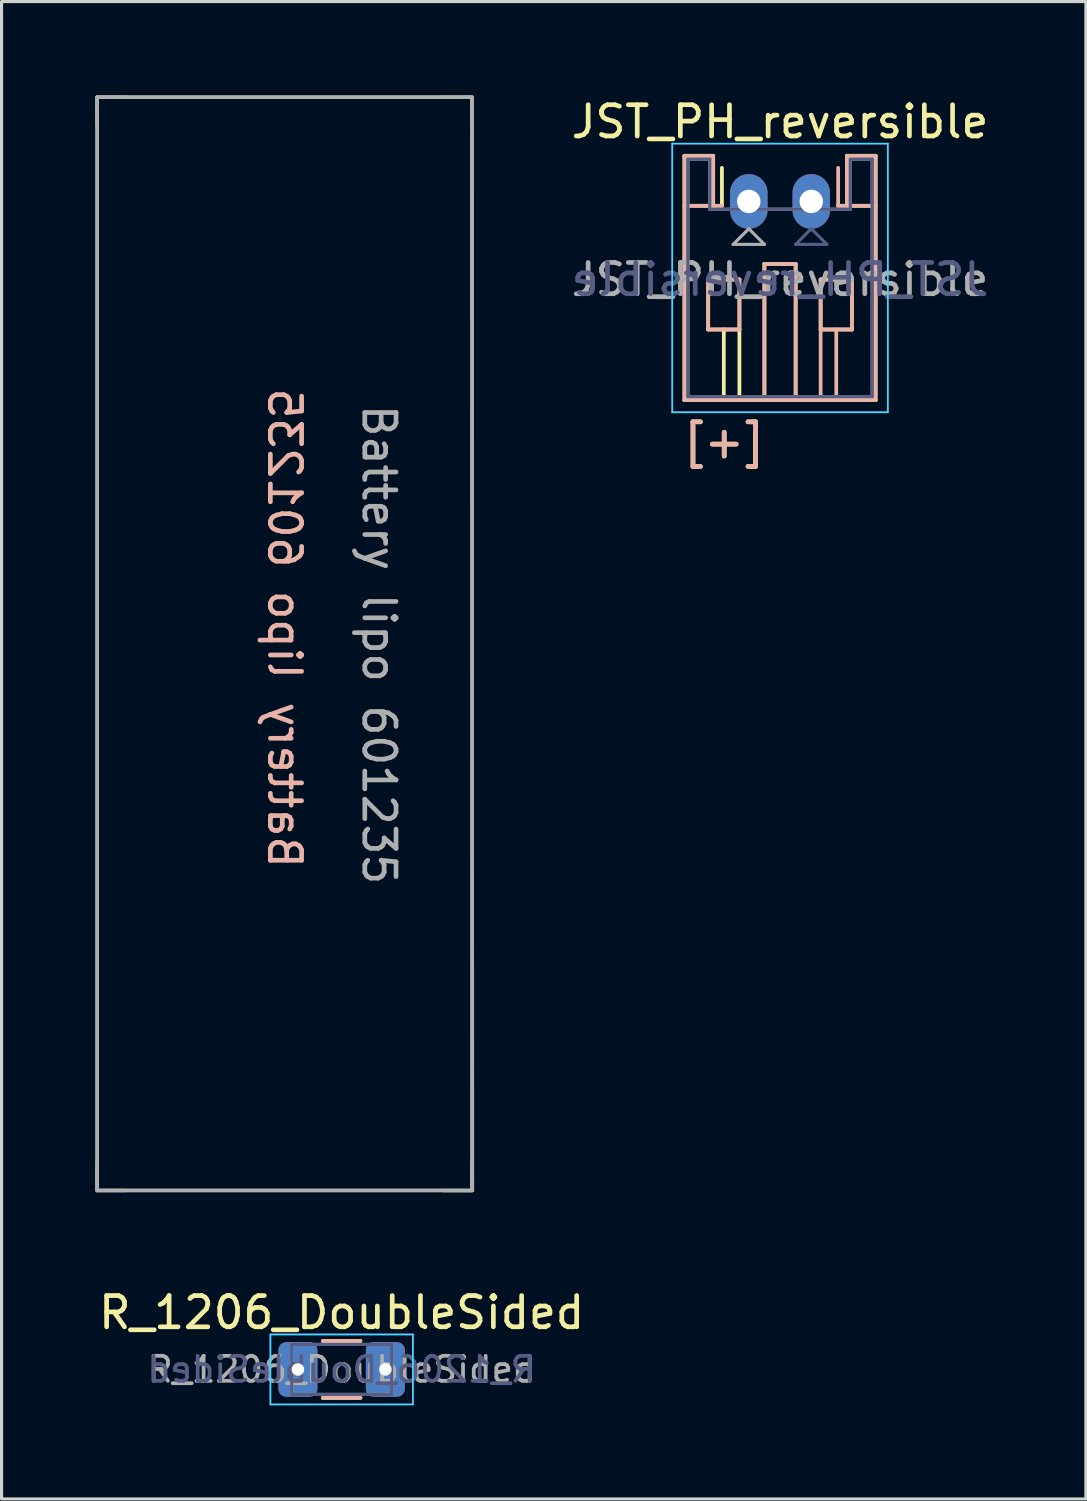
<source format=kicad_pcb>
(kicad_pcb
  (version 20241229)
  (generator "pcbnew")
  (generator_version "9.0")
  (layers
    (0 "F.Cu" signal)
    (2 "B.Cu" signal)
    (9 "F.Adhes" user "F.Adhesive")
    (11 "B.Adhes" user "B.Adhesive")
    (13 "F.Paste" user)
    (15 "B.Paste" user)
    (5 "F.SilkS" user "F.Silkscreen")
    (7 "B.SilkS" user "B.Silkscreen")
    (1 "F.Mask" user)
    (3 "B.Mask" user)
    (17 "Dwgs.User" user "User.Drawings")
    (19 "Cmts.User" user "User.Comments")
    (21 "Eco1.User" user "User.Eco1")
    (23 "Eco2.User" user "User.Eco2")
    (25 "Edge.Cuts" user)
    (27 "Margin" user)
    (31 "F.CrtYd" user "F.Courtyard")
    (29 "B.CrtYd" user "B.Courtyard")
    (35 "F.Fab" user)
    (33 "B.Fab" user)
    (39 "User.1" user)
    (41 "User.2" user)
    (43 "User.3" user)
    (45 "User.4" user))
  (footprint "R_1206_DoubleSided"
    (layer "F.Cu")
    (at 7.887 40.79)
    (property "Reference" "R_1206_DoubleSided" (at 0 -1.82 0) (layer "F.SilkS") (effects (font (size 1 1) (thickness 0.15))))
    (attr smd)
    (fp_line (start -0.602 -0.91) (end 0.602 -0.91) (stroke (width 0.12) (type solid)) (layer "F.SilkS"))
    (fp_line (start -0.602 0.91) (end 0.602 0.91) (stroke (width 0.12) (type solid)) (layer "F.SilkS"))
    (fp_line (start 0.602 -0.91) (end -0.602 -0.91) (stroke (width 0.12) (type solid)) (layer "B.SilkS"))
    (fp_line (start 0.602 0.91) (end -0.602 0.91) (stroke (width 0.12) (type solid)) (layer "B.SilkS"))
    (fp_line (start -2.28 -1.12) (end -2.28 1.12) (stroke (width 0.05) (type solid)) (layer "B.CrtYd"))
    (fp_line (start -2.28 1.12) (end 2.28 1.12) (stroke (width 0.05) (type solid)) (layer "B.CrtYd"))
    (fp_line (start 2.28 -1.12) (end -2.28 -1.12) (stroke (width 0.05) (type solid)) (layer "B.CrtYd"))
    (fp_line (start 2.28 1.12) (end 2.28 -1.12) (stroke (width 0.05) (type solid)) (layer "B.CrtYd"))
    (fp_line (start -2.28 -1.12) (end 2.28 -1.12) (stroke (width 0.05) (type solid)) (layer "F.CrtYd"))
    (fp_line (start -2.28 1.12) (end -2.28 -1.12) (stroke (width 0.05) (type solid)) (layer "F.CrtYd"))
    (fp_line (start 2.28 -1.12) (end 2.28 1.12) (stroke (width 0.05) (type solid)) (layer "F.CrtYd"))
    (fp_line (start 2.28 1.12) (end -2.28 1.12) (stroke (width 0.05) (type solid)) (layer "F.CrtYd"))
    (fp_line (start -1.6 -0.8) (end -1.6 0.8) (stroke (width 0.1) (type solid)) (layer "B.Fab"))
    (fp_line (start -1.6 0.8) (end 1.6 0.8) (stroke (width 0.1) (type solid)) (layer "B.Fab"))
    (fp_line (start 1.6 -0.8) (end -1.6 -0.8) (stroke (width 0.1) (type solid)) (layer "B.Fab"))
    (fp_line (start 1.6 0.8) (end 1.6 -0.8) (stroke (width 0.1) (type solid)) (layer "B.Fab"))
    (fp_line (start -1.6 -0.8) (end 1.6 -0.8) (stroke (width 0.1) (type solid)) (layer "F.Fab"))
    (fp_line (start -1.6 0.8) (end -1.6 -0.8) (stroke (width 0.1) (type solid)) (layer "F.Fab"))
    (fp_line (start 1.6 -0.8) (end 1.6 0.8) (stroke (width 0.1) (type solid)) (layer "F.Fab"))
    (fp_line (start 1.6 0.8) (end -1.6 0.8) (stroke (width 0.1) (type solid)) (layer "F.Fab"))
    (fp_text user "${REFERENCE}" (at 0 0 0) (layer "B.Fab") (effects (font (size 0.8 0.8) (thickness 0.12)) (justify mirror)))
    (fp_text user "${REFERENCE}" (at 0 0 0) (layer "F.Fab") (effects (font (size 0.8 0.8) (thickness 0.12))))
    (pad "1" thru_hole roundrect (at -1.4 0) (size 1.25 1.75) (drill 0.4) (layers "*.Cu" "*.Mask") (roundrect_rratio 0.2))
    (pad "2" thru_hole roundrect (at 1.4 0) (size 1.25 1.75) (drill 0.4) (layers "*.Cu" "*.Mask") (roundrect_rratio 0.2)))
  (footprint "Battery lipo 601235"
    (layer "F.Cu")
    (at 6.06 17.56)
    (property "Reference" "Battery lipo 601235" (at 0 -0.5 270) (unlocked yes) (layer "B.SilkS") (effects (font (size 1 1) (thickness 0.15)) (justify mirror)))
    (attr smd)
    (fp_line (start -6 -17.506) (end -6 -16.586) (stroke (width 0.1) (type solid)) (layer "F.SilkS"))
    (fp_line (start -6 -17.5) (end -5.08 -17.5) (stroke (width 0.1) (type solid)) (layer "F.SilkS"))
    (fp_line (start -6 17.5) (end -5.08 17.5) (stroke (width 0.1) (type solid)) (layer "F.SilkS"))
    (fp_line (start -5.994 17.5) (end -5.994 16.58) (stroke (width 0.1) (type solid)) (layer "F.SilkS"))
    (fp_line (start 5.994 -17.5) (end 5.994 -16.58) (stroke (width 0.1) (type solid)) (layer "F.SilkS"))
    (fp_line (start 6 -17.5) (end 5.08 -17.5) (stroke (width 0.1) (type solid)) (layer "F.SilkS"))
    (fp_line (start 6 17.501) (end 5.08 17.501) (stroke (width 0.1) (type solid)) (layer "F.SilkS"))
    (fp_line (start 6 17.506) (end 6 16.586) (stroke (width 0.1) (type solid)) (layer "F.SilkS"))
    (fp_line (start -6 -17.494) (end -5.08 -17.494) (stroke (width 0.1) (type solid)) (layer "B.SilkS"))
    (fp_line (start -6 17.506) (end -5.08 17.506) (stroke (width 0.1) (type solid)) (layer "B.SilkS"))
    (fp_line (start -6 17.512) (end -6 16.592) (stroke (width 0.1) (type solid)) (layer "B.SilkS"))
    (fp_line (start -5.994 -17.494) (end -5.994 -16.574) (stroke (width 0.1) (type solid)) (layer "B.SilkS"))
    (fp_line (start 5.994 17.506) (end 5.994 16.586) (stroke (width 0.1) (type solid)) (layer "B.SilkS"))
    (fp_line (start 6 -17.5) (end 6 -16.58) (stroke (width 0.1) (type solid)) (layer "B.SilkS"))
    (fp_line (start 6 -17.494) (end 5.08 -17.494) (stroke (width 0.1) (type solid)) (layer "B.SilkS"))
    (fp_line (start 6 17.506) (end 5.08 17.506) (stroke (width 0.1) (type solid)) (layer "B.SilkS"))
    (fp_line (start -6 -17.5) (end -6 17.5) (stroke (width 0.1) (type solid)) (layer "F.Fab"))
    (fp_line (start -6 17.5) (end 6.02 17.5) (stroke (width 0.1) (type solid)) (layer "F.Fab"))
    (fp_line (start 5.08 -17.5) (end -6 -17.5) (stroke (width 0.1) (type solid)) (layer "F.Fab"))
    (fp_line (start 6.02 17.5) (end 6 -17.5) (stroke (width 0.1) (type solid)) (layer "F.Fab"))
    (fp_rect (start -6 -17.5) (end 6 17.5) (stroke (width 0.12) (type solid)) (fill no) (layer "F.Fab"))
    (fp_text user "${REFERENCE}" (at 3.023 0.025 270) (unlocked yes) (layer "F.Fab") (effects (font (size 1 1) (thickness 0.15)))))
  (footprint "JST_PH_reversible"
    (layer "F.Cu")
    (at 20.921 3.398)
    (property "Reference" "JST_PH_reversible" (at 1 -2.55 0) (layer "F.SilkS") (effects (font (size 1 1) (thickness 0.15))))
    (attr through_hole)
    (fp_line (start -2.06 -1.46) (end -2.06 6.36) (stroke (width 0.12) (type solid)) (layer "F.SilkS"))
    (fp_line (start -2.06 0.14) (end -1.14 0.14) (stroke (width 0.12) (type solid)) (layer "F.SilkS"))
    (fp_line (start -2.06 6.36) (end 4.06 6.36) (stroke (width 0.12) (type solid)) (layer "F.SilkS"))
    (fp_line (start -1.3 2.5) (end -1.3 4.1) (stroke (width 0.12) (type solid)) (layer "F.SilkS"))
    (fp_line (start -1.3 4.1) (end -0.3 4.1) (stroke (width 0.12) (type solid)) (layer "F.SilkS"))
    (fp_line (start -1.14 -1.46) (end -2.06 -1.46) (stroke (width 0.12) (type solid)) (layer "F.SilkS"))
    (fp_line (start -1.14 0.14) (end -1.14 -1.46) (stroke (width 0.12) (type solid)) (layer "F.SilkS"))
    (fp_line (start -0.86 0.14) (end -1.14 0.14) (stroke (width 0.12) (type solid)) (layer "F.SilkS"))
    (fp_line (start -0.86 0.14) (end -0.86 -1.075) (stroke (width 0.12) (type solid)) (layer "F.SilkS"))
    (fp_line (start -0.8 4.1) (end -0.8 6.36) (stroke (width 0.12) (type solid)) (layer "F.SilkS"))
    (fp_line (start -0.3 2.5) (end -1.3 2.5) (stroke (width 0.12) (type solid)) (layer "F.SilkS"))
    (fp_line (start -0.3 4.1) (end -0.3 2.5) (stroke (width 0.12) (type solid)) (layer "F.SilkS"))
    (fp_line (start -0.3 4.1) (end -0.3 6.36) (stroke (width 0.12) (type solid)) (layer "F.SilkS"))
    (fp_line (start 0.5 2) (end 1.5 2) (stroke (width 0.12) (type solid)) (layer "F.SilkS"))
    (fp_line (start 0.5 6.36) (end 0.5 2) (stroke (width 0.12) (type solid)) (layer "F.SilkS"))
    (fp_line (start 1.5 2) (end 1.5 6.36) (stroke (width 0.12) (type solid)) (layer "F.SilkS"))
    (fp_line (start 2.3 2.5) (end 3.3 2.5) (stroke (width 0.12) (type solid)) (layer "F.SilkS"))
    (fp_line (start 2.3 4.1) (end 2.3 2.5) (stroke (width 0.12) (type solid)) (layer "F.SilkS"))
    (fp_line (start 3.14 -1.46) (end 3.14 0.14) (stroke (width 0.12) (type solid)) (layer "F.SilkS"))
    (fp_line (start 3.14 0.14) (end 2.86 0.14) (stroke (width 0.12) (type solid)) (layer "F.SilkS"))
    (fp_line (start 3.3 2.5) (end 3.3 4.1) (stroke (width 0.12) (type solid)) (layer "F.SilkS"))
    (fp_line (start 3.3 4.1) (end 2.3 4.1) (stroke (width 0.12) (type solid)) (layer "F.SilkS"))
    (fp_line (start 4.06 -1.46) (end 3.14 -1.46) (stroke (width 0.12) (type solid)) (layer "F.SilkS"))
    (fp_line (start 4.06 0.14) (end 3.14 0.14) (stroke (width 0.12) (type solid)) (layer "F.SilkS"))
    (fp_line (start 4.06 6.36) (end 4.06 -1.46) (stroke (width 0.12) (type solid)) (layer "F.SilkS"))
    (fp_line (start -2.06 -1.46) (end -1.14 -1.46) (stroke (width 0.12) (type solid)) (layer "B.SilkS"))
    (fp_line (start -2.06 0.14) (end -1.14 0.14) (stroke (width 0.12) (type solid)) (layer "B.SilkS"))
    (fp_line (start -2.06 6.36) (end -2.06 -1.46) (stroke (width 0.12) (type solid)) (layer "B.SilkS"))
    (fp_line (start -1.3 2.5) (end -1.3 4.1) (stroke (width 0.12) (type solid)) (layer "B.SilkS"))
    (fp_line (start -1.3 4.1) (end -0.3 4.1) (stroke (width 0.12) (type solid)) (layer "B.SilkS"))
    (fp_line (start -1.14 -1.46) (end -1.14 0.14) (stroke (width 0.12) (type solid)) (layer "B.SilkS"))
    (fp_line (start -1.14 0.14) (end -0.86 0.14) (stroke (width 0.12) (type solid)) (layer "B.SilkS"))
    (fp_line (start -0.3 2.5) (end -1.3 2.5) (stroke (width 0.12) (type solid)) (layer "B.SilkS"))
    (fp_line (start -0.3 4.1) (end -0.3 2.5) (stroke (width 0.12) (type solid)) (layer "B.SilkS"))
    (fp_line (start 0.5 2) (end 0.5 6.36) (stroke (width 0.12) (type solid)) (layer "B.SilkS"))
    (fp_line (start 1.5 2) (end 0.5 2) (stroke (width 0.12) (type solid)) (layer "B.SilkS"))
    (fp_line (start 1.5 6.36) (end 1.5 2) (stroke (width 0.12) (type solid)) (layer "B.SilkS"))
    (fp_line (start 2.3 2.5) (end 3.3 2.5) (stroke (width 0.12) (type solid)) (layer "B.SilkS"))
    (fp_line (start 2.3 4.1) (end 2.3 2.5) (stroke (width 0.12) (type solid)) (layer "B.SilkS"))
    (fp_line (start 2.3 4.1) (end 2.3 6.36) (stroke (width 0.12) (type solid)) (layer "B.SilkS"))
    (fp_line (start 2.8 4.1) (end 2.8 6.36) (stroke (width 0.12) (type solid)) (layer "B.SilkS"))
    (fp_line (start 2.86 0.14) (end 2.86 -1.075) (stroke (width 0.12) (type solid)) (layer "B.SilkS"))
    (fp_line (start 2.86 0.14) (end 3.14 0.14) (stroke (width 0.12) (type solid)) (layer "B.SilkS"))
    (fp_line (start 3.14 -1.46) (end 4.06 -1.46) (stroke (width 0.12) (type solid)) (layer "B.SilkS"))
    (fp_line (start 3.14 0.14) (end 3.14 -1.46) (stroke (width 0.12) (type solid)) (layer "B.SilkS"))
    (fp_line (start 3.3 2.5) (end 3.3 4.1) (stroke (width 0.12) (type solid)) (layer "B.SilkS"))
    (fp_line (start 3.3 4.1) (end 2.3 4.1) (stroke (width 0.12) (type solid)) (layer "B.SilkS"))
    (fp_line (start 4.06 -1.46) (end 4.06 6.36) (stroke (width 0.12) (type solid)) (layer "B.SilkS"))
    (fp_line (start 4.06 0.14) (end 3.14 0.14) (stroke (width 0.12) (type solid)) (layer "B.SilkS"))
    (fp_line (start 4.06 6.36) (end -2.06 6.36) (stroke (width 0.12) (type solid)) (layer "B.SilkS"))
    (fp_line (start -2.45 -1.85) (end 4.45 -1.85) (stroke (width 0.05) (type solid)) (layer "B.CrtYd"))
    (fp_line (start -2.45 6.75) (end -2.45 -1.85) (stroke (width 0.05) (type solid)) (layer "B.CrtYd"))
    (fp_line (start 4.45 -1.85) (end 4.45 6.75) (stroke (width 0.05) (type solid)) (layer "B.CrtYd"))
    (fp_line (start 4.45 6.75) (end -2.45 6.75) (stroke (width 0.05) (type solid)) (layer "B.CrtYd"))
    (fp_line (start -2.45 -1.85) (end -2.45 6.75) (stroke (width 0.05) (type solid)) (layer "F.CrtYd"))
    (fp_line (start -2.45 6.75) (end 4.45 6.75) (stroke (width 0.05) (type solid)) (layer "F.CrtYd"))
    (fp_line (start 4.45 -1.85) (end -2.45 -1.85) (stroke (width 0.05) (type solid)) (layer "F.CrtYd"))
    (fp_line (start 4.45 6.75) (end 4.45 -1.85) (stroke (width 0.05) (type solid)) (layer "F.CrtYd"))
    (fp_line (start -1.95 -1.35) (end -1.25 -1.35) (stroke (width 0.1) (type solid)) (layer "B.Fab"))
    (fp_line (start -1.95 6.25) (end -1.95 -1.35) (stroke (width 0.1) (type solid)) (layer "B.Fab"))
    (fp_line (start -1.25 -1.35) (end -1.25 0.25) (stroke (width 0.1) (type solid)) (layer "B.Fab"))
    (fp_line (start -1.25 0.25) (end 3.25 0.25) (stroke (width 0.1) (type solid)) (layer "B.Fab"))
    (fp_line (start 1.5 1.375) (end 2 0.875) (stroke (width 0.1) (type solid)) (layer "B.Fab"))
    (fp_line (start 2 0.875) (end 2.5 1.375) (stroke (width 0.1) (type solid)) (layer "B.Fab"))
    (fp_line (start 2.5 1.375) (end 1.5 1.375) (stroke (width 0.1) (type solid)) (layer "B.Fab"))
    (fp_line (start 3.25 -1.35) (end 3.95 -1.35) (stroke (width 0.1) (type solid)) (layer "B.Fab"))
    (fp_line (start 3.25 0.25) (end 3.25 -1.35) (stroke (width 0.1) (type solid)) (layer "B.Fab"))
    (fp_line (start 3.95 -1.35) (end 3.95 6.25) (stroke (width 0.1) (type solid)) (layer "B.Fab"))
    (fp_line (start 3.95 6.25) (end -1.95 6.25) (stroke (width 0.1) (type solid)) (layer "B.Fab"))
    (fp_line (start -1.95 -1.35) (end -1.95 6.25) (stroke (width 0.1) (type solid)) (layer "F.Fab"))
    (fp_line (start -1.95 6.25) (end 3.95 6.25) (stroke (width 0.1) (type solid)) (layer "F.Fab"))
    (fp_line (start -1.25 -1.35) (end -1.95 -1.35) (stroke (width 0.1) (type solid)) (layer "F.Fab"))
    (fp_line (start -1.25 0.25) (end -1.25 -1.35) (stroke (width 0.1) (type solid)) (layer "F.Fab"))
    (fp_line (start -0.5 1.375) (end 0.5 1.375) (stroke (width 0.1) (type solid)) (layer "F.Fab"))
    (fp_line (start 0 0.875) (end -0.5 1.375) (stroke (width 0.1) (type solid)) (layer "F.Fab"))
    (fp_line (start 0.5 1.375) (end 0 0.875) (stroke (width 0.1) (type solid)) (layer "F.Fab"))
    (fp_line (start 3.25 -1.35) (end 3.25 0.25) (stroke (width 0.1) (type solid)) (layer "F.Fab"))
    (fp_line (start 3.25 0.25) (end -1.25 0.25) (stroke (width 0.1) (type solid)) (layer "F.Fab"))
    (fp_line (start 3.95 -1.35) (end 3.25 -1.35) (stroke (width 0.1) (type solid)) (layer "F.Fab"))
    (fp_line (start 3.95 6.25) (end 3.95 -1.35) (stroke (width 0.1) (type solid)) (layer "F.Fab"))
    (fp_text user "[+]" (at -0.787 7.696 0) (unlocked yes) (layer "F.SilkS") (effects (font (size 1 1) (thickness 0.15))))
    (fp_text user "[+]" (at -0.787 7.696 0) (unlocked yes) (layer "B.SilkS") (effects (font (size 1 1) (thickness 0.15)) (justify mirror)))
    (fp_text user "${REFERENCE}" (at 1 2.5 0) (layer "B.Fab") (effects (font (size 1 1) (thickness 0.15)) (justify mirror)))
    (fp_text user "${REFERENCE}" (at 1 2.5 0) (layer "F.Fab") (effects (font (size 1 1) (thickness 0.15))))
    (pad "1" thru_hole oval (at 0 0) (size 1.2 1.75) (drill 0.75) (layers "*.Cu" "*.Mask"))
    (pad "2" thru_hole oval (at 2 0) (size 1.2 1.75) (drill 0.75) (layers "*.Cu" "*.Mask")))
  (gr_rect
    (start -3 -3)
    (end 31.713 44.935)
    (stroke (width 0.1) (type default))
    (fill no)
    (layer "Edge.Cuts")))
</source>
